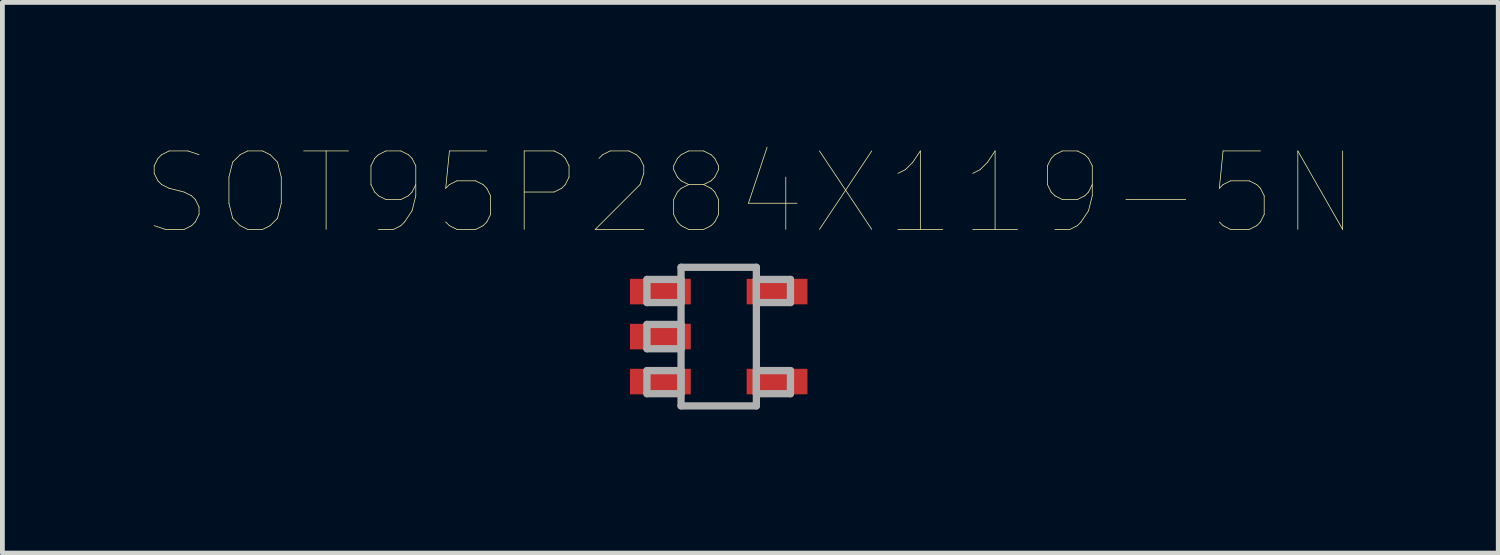
<source format=kicad_pcb>
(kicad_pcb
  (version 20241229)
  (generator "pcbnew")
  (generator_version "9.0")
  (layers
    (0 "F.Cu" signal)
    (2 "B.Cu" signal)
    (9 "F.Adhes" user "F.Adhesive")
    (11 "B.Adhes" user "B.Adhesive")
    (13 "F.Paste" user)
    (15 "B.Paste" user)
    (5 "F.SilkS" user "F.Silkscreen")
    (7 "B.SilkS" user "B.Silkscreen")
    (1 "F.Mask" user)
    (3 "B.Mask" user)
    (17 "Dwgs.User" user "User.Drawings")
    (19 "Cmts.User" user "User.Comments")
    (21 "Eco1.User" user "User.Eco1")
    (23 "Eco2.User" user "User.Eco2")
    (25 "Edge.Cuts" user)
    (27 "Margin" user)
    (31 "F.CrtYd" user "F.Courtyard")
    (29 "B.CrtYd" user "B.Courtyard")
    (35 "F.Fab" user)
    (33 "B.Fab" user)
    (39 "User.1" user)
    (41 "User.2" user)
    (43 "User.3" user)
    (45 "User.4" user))
  (footprint "SOT95P284X119-5N"
    (layer "F.Cu")
    (at 11.968 3.983)
    (property "Reference" "SOT95P284X119-5N" (at 0.66 -2.997 0) (layer "F.SilkS") (effects (font (size 1.64 1.64) (thickness 0.015))))
    (attr through_hole)
    (fp_line (start -1.499 -1.194) (end -1.499 -0.711) (stroke (width 0.152) (type solid)) (layer "F.Fab"))
    (fp_line (start -1.499 -0.711) (end -0.787 -0.711) (stroke (width 0.152) (type solid)) (layer "F.Fab"))
    (fp_line (start -1.499 -0.254) (end -1.499 0.254) (stroke (width 0.152) (type solid)) (layer "F.Fab"))
    (fp_line (start -1.499 0.254) (end -0.787 0.254) (stroke (width 0.152) (type solid)) (layer "F.Fab"))
    (fp_line (start -1.499 0.711) (end -1.499 1.194) (stroke (width 0.152) (type solid)) (layer "F.Fab"))
    (fp_line (start -1.499 1.194) (end -0.787 1.194) (stroke (width 0.152) (type solid)) (layer "F.Fab"))
    (fp_line (start -0.787 -1.448) (end -0.787 1.448) (stroke (width 0.152) (type solid)) (layer "F.Fab"))
    (fp_line (start -0.787 -1.194) (end -1.499 -1.194) (stroke (width 0.152) (type solid)) (layer "F.Fab"))
    (fp_line (start -0.787 -0.711) (end -0.787 -1.194) (stroke (width 0.152) (type solid)) (layer "F.Fab"))
    (fp_line (start -0.787 -0.254) (end -1.499 -0.254) (stroke (width 0.152) (type solid)) (layer "F.Fab"))
    (fp_line (start -0.787 0.254) (end -0.787 -0.254) (stroke (width 0.152) (type solid)) (layer "F.Fab"))
    (fp_line (start -0.787 0.711) (end -1.499 0.711) (stroke (width 0.152) (type solid)) (layer "F.Fab"))
    (fp_line (start -0.787 1.194) (end -0.787 0.711) (stroke (width 0.152) (type solid)) (layer "F.Fab"))
    (fp_line (start -0.787 1.448) (end 0.787 1.448) (stroke (width 0.152) (type solid)) (layer "F.Fab"))
    (fp_line (start 0.787 -1.448) (end -0.787 -1.448) (stroke (width 0.152) (type solid)) (layer "F.Fab"))
    (fp_line (start 0.787 -1.194) (end 0.787 -0.711) (stroke (width 0.152) (type solid)) (layer "F.Fab"))
    (fp_line (start 0.787 -0.711) (end 1.499 -0.711) (stroke (width 0.152) (type solid)) (layer "F.Fab"))
    (fp_line (start 0.787 0.711) (end 0.787 1.194) (stroke (width 0.152) (type solid)) (layer "F.Fab"))
    (fp_line (start 0.787 1.194) (end 1.499 1.194) (stroke (width 0.152) (type solid)) (layer "F.Fab"))
    (fp_line (start 0.787 1.448) (end 0.787 -1.448) (stroke (width 0.152) (type solid)) (layer "F.Fab"))
    (fp_line (start 1.499 -1.194) (end 0.787 -1.194) (stroke (width 0.152) (type solid)) (layer "F.Fab"))
    (fp_line (start 1.499 -0.711) (end 1.499 -1.194) (stroke (width 0.152) (type solid)) (layer "F.Fab"))
    (fp_line (start 1.499 0.711) (end 0.787 0.711) (stroke (width 0.152) (type solid)) (layer "F.Fab"))
    (fp_line (start 1.499 1.194) (end 1.499 0.711) (stroke (width 0.152) (type solid)) (layer "F.Fab"))
    (pad "1" smd rect (at -1.219 -0.94) (size 1.27 0.533) (layers "F.Cu" "F.Mask" "F.Paste"))
    (pad "2" smd rect (at -1.219 0) (size 1.27 0.533) (layers "F.Cu" "F.Mask" "F.Paste"))
    (pad "3" smd rect (at -1.219 0.94) (size 1.27 0.533) (layers "F.Cu" "F.Mask" "F.Paste"))
    (pad "4" smd rect (at 1.219 0.94) (size 1.27 0.533) (layers "F.Cu" "F.Mask" "F.Paste"))
    (pad "5" smd rect (at 1.219 -0.94) (size 1.27 0.533) (layers "F.Cu" "F.Mask" "F.Paste")))
  (gr_rect
    (start -3 -3)
    (end 28.257 8.507)
    (stroke (width 0.1) (type default))
    (fill no)
    (layer "Edge.Cuts")))
</source>
